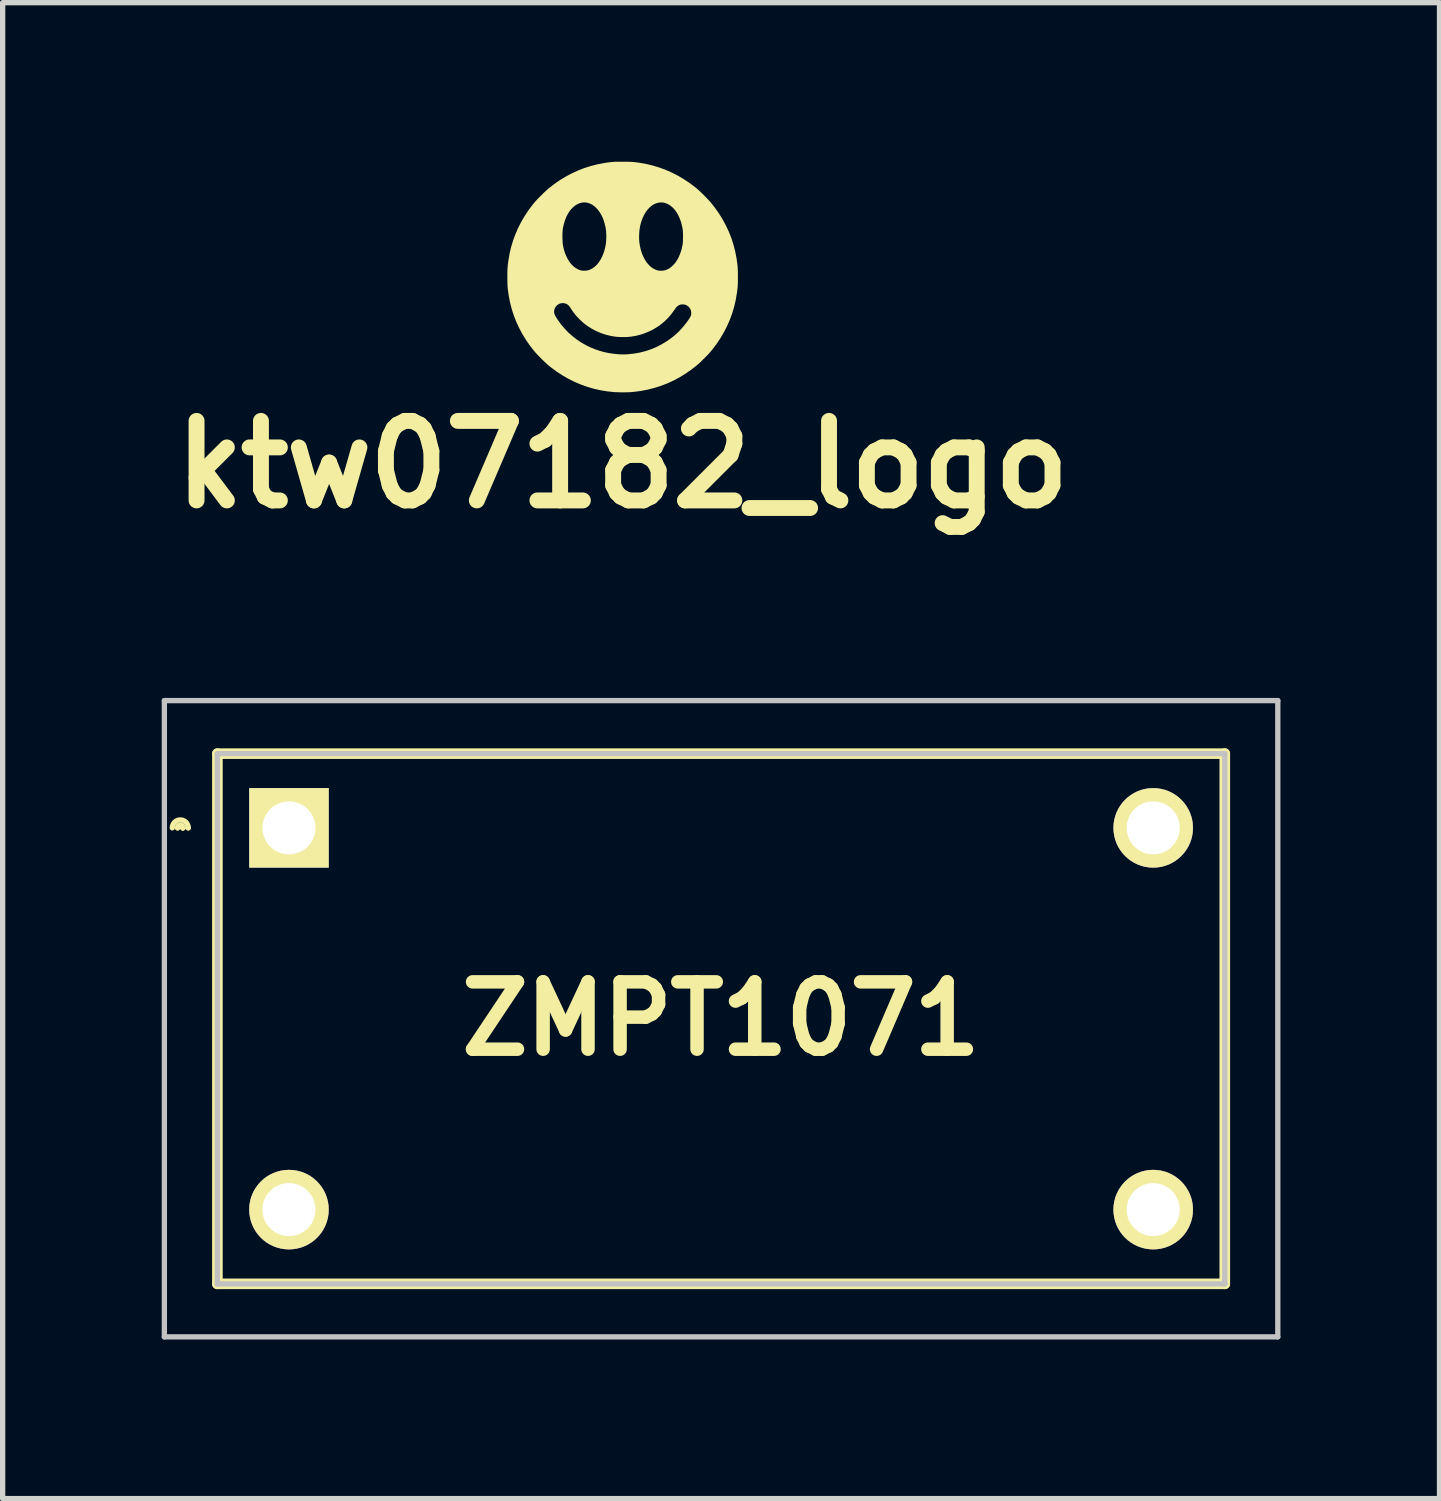
<source format=kicad_pcb>
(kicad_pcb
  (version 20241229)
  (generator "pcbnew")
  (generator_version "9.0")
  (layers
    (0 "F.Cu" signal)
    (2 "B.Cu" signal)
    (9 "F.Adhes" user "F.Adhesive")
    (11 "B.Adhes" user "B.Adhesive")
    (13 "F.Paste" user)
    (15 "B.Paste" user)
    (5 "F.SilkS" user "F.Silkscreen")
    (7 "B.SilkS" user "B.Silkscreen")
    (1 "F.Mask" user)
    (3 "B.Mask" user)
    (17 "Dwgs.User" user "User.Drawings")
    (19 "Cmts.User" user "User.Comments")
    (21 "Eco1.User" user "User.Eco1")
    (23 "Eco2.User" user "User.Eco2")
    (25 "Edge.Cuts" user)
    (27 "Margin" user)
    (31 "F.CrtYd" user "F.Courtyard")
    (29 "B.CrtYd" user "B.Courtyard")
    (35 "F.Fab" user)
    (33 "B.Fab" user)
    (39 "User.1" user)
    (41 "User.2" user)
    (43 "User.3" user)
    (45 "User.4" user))
  (footprint "ZMPT1071"
    (layer "F.Cu")
    (at 2.4 12.564)
    (property "Reference" "ZMPT1071" (at 8.15 3.6 0) (layer "F.SilkS") (effects (font (size 1.27 1.27) (thickness 0.254))))
    (attr through_hole exclude_from_pos_files)
    (fp_line (start -2 0) (end -2 0) (stroke (width 0.1) (type solid)) (layer "F.SilkS"))
    (fp_line (start -2 0) (end -2 0) (stroke (width 0.1) (type solid)) (layer "F.SilkS"))
    (fp_line (start -1.9 0) (end -1.9 0) (stroke (width 0.1) (type solid)) (layer "F.SilkS"))
    (fp_line (start -1.35 -1.4) (end 17.65 -1.4) (stroke (width 0.2) (type solid)) (layer "F.SilkS"))
    (fp_line (start -1.35 8.6) (end -1.35 -1.4) (stroke (width 0.2) (type solid)) (layer "F.SilkS"))
    (fp_line (start 17.65 -1.4) (end 17.65 8.6) (stroke (width 0.2) (type solid)) (layer "F.SilkS"))
    (fp_line (start 17.65 8.6) (end -1.35 8.6) (stroke (width 0.2) (type solid)) (layer "F.SilkS"))
    (fp_arc (start -2.2 0) (mid -2.05 -0.15) (end -1.9 0) (stroke (width 0.1) (type solid)) (layer "F.SilkS"))
    (fp_arc (start -2.1 0) (mid -2.05 -0.05) (end -2 0) (stroke (width 0.1) (type solid)) (layer "F.SilkS"))
    (fp_arc (start -2.1 0) (mid -2.05 -0.05) (end -2 0) (stroke (width 0.1) (type solid)) (layer "F.SilkS"))
    (fp_line (start -2.35 -2.4) (end -2.35 9.6) (stroke (width 0.1) (type solid)) (layer "Dwgs.User"))
    (fp_line (start -2.35 9.6) (end 18.65 9.6) (stroke (width 0.1) (type solid)) (layer "Dwgs.User"))
    (fp_line (start -1.35 -1.4) (end 17.65 -1.4) (stroke (width 0.1) (type solid)) (layer "Dwgs.User"))
    (fp_line (start -1.35 8.6) (end -1.35 -1.4) (stroke (width 0.1) (type solid)) (layer "Dwgs.User"))
    (fp_line (start 17.65 -1.4) (end 17.65 8.6) (stroke (width 0.1) (type solid)) (layer "Dwgs.User"))
    (fp_line (start 17.65 8.6) (end -1.35 8.6) (stroke (width 0.1) (type solid)) (layer "Dwgs.User"))
    (fp_line (start 18.65 -2.4) (end -2.35 -2.4) (stroke (width 0.1) (type solid)) (layer "Dwgs.User"))
    (fp_line (start 18.65 9.6) (end 18.65 -2.4) (stroke (width 0.1) (type solid)) (layer "Dwgs.User"))
    (pad "1" thru_hole rect (at 0 0 90) (size 1.5 1.5) (drill 1) (layers "*.Cu" "*.Mask" "F.SilkS"))
    (pad "2" thru_hole circle (at 0 7.2 90) (size 1.5 1.5) (drill 1) (layers "*.Cu" "*.Mask" "F.SilkS"))
    (pad "3" thru_hole circle (at 16.3 0 90) (size 1.5 1.5) (drill 1) (layers "*.Cu" "*.Mask" "F.SilkS"))
    (pad "4" thru_hole circle (at 16.3 7.2 90) (size 1.5 1.5) (drill 1) (layers "*.Cu" "*.Mask" "F.SilkS")))
  (footprint "ktw07182_logo"
    (layer "F.Cu")
    (at 8.693 2.21)
    (property "Reference" "ktw07182_logo" (at 0 3.5 0) (layer "F.SilkS") (effects (font (size 1.5 1.5) (thickness 0.3))))
    (attr board_only exclude_from_pos_files exclude_from_bom)
    (fp_poly (pts (xy 0.045 -2.21) (xy 0.083 -2.21) (xy 0.116 -2.209) (xy 0.145 -2.208) (xy 0.173 -2.207) (xy 0.199 -2.205) (xy 0.226 -2.202) (xy 0.254 -2.199) (xy 0.287 -2.194) (xy 0.313 -2.191) (xy 0.439 -2.169) (xy 0.564 -2.139) (xy 0.687 -2.102) (xy 0.808 -2.058) (xy 0.926 -2.006) (xy 1.041 -1.948) (xy 1.152 -1.882) (xy 1.261 -1.81) (xy 1.366 -1.731) (xy 1.399 -1.704) (xy 1.419 -1.686) (xy 1.444 -1.664) (xy 1.472 -1.637) (xy 1.502 -1.609) (xy 1.532 -1.579) (xy 1.563 -1.548) (xy 1.592 -1.518) (xy 1.618 -1.49) (xy 1.642 -1.465) (xy 1.66 -1.444) (xy 1.663 -1.441) (xy 1.745 -1.336) (xy 1.821 -1.228) (xy 1.889 -1.117) (xy 1.951 -1.002) (xy 2.005 -0.886) (xy 2.052 -0.766) (xy 2.091 -0.644) (xy 2.123 -0.519) (xy 2.148 -0.392) (xy 2.154 -0.349) (xy 2.159 -0.313) (xy 2.163 -0.282) (xy 2.167 -0.254) (xy 2.169 -0.228) (xy 2.171 -0.201) (xy 2.172 -0.174) (xy 2.173 -0.143) (xy 2.174 -0.109) (xy 2.174 -0.069) (xy 2.174 -0.036) (xy 2.174 0.008) (xy 2.174 0.046) (xy 2.173 0.08) (xy 2.172 0.109) (xy 2.17 0.136) (xy 2.168 0.163) (xy 2.166 0.189) (xy 2.162 0.218) (xy 2.158 0.25) (xy 2.154 0.276) (xy 2.132 0.404) (xy 2.103 0.529) (xy 2.066 0.652) (xy 2.021 0.773) (xy 1.97 0.89) (xy 1.911 1.005) (xy 1.845 1.118) (xy 1.772 1.227) (xy 1.692 1.332) (xy 1.666 1.364) (xy 1.646 1.387) (xy 1.622 1.414) (xy 1.594 1.443) (xy 1.564 1.474) (xy 1.532 1.506) (xy 1.5 1.537) (xy 1.47 1.567) (xy 1.441 1.594) (xy 1.415 1.617) (xy 1.4 1.63) (xy 1.295 1.712) (xy 1.187 1.787) (xy 1.075 1.856) (xy 0.961 1.917) (xy 0.843 1.971) (xy 0.723 2.017) (xy 0.6 2.056) (xy 0.475 2.088) (xy 0.348 2.113) (xy 0.218 2.13) (xy 0.15 2.136) (xy 0.127 2.137) (xy 0.098 2.138) (xy 0.063 2.139) (xy 0.026 2.139) (xy -0.012 2.139) (xy -0.05 2.139) (xy -0.086 2.138) (xy -0.118 2.137) (xy -0.146 2.136) (xy -0.158 2.135) (xy -0.287 2.122) (xy -0.414 2.101) (xy -0.54 2.073) (xy -0.663 2.037) (xy -0.784 1.994) (xy -0.903 1.944) (xy -1.018 1.887) (xy -1.131 1.822) (xy -1.241 1.751) (xy -1.348 1.672) (xy -1.4 1.63) (xy -1.423 1.61) (xy -1.45 1.586) (xy -1.479 1.558) (xy -1.51 1.528) (xy -1.542 1.496) (xy -1.573 1.464) (xy -1.603 1.434) (xy -1.63 1.405) (xy -1.653 1.379) (xy -1.666 1.364) (xy -1.748 1.259) (xy -1.823 1.151) (xy -1.891 1.04) (xy -1.952 0.926) (xy -2.006 0.809) (xy -2.053 0.689) (xy -2.077 0.613) (xy -1.292 0.613) (xy -1.292 0.631) (xy -1.289 0.649) (xy -1.283 0.669) (xy -1.273 0.69) (xy -1.26 0.715) (xy -1.242 0.744) (xy -1.225 0.77) (xy -1.164 0.855) (xy -1.097 0.935) (xy -1.025 1.01) (xy -0.947 1.079) (xy -0.864 1.144) (xy -0.776 1.202) (xy -0.684 1.254) (xy -0.613 1.289) (xy -0.527 1.325) (xy -0.442 1.354) (xy -0.355 1.379) (xy -0.266 1.398) (xy -0.173 1.412) (xy -0.074 1.422) (xy -0.066 1.422) (xy -0.038 1.423) (xy -0.005 1.424) (xy 0.031 1.424) (xy 0.068 1.423) (xy 0.101 1.421) (xy 0.102 1.421) (xy 0.212 1.409) (xy 0.319 1.391) (xy 0.424 1.364) (xy 0.526 1.331) (xy 0.626 1.29) (xy 0.722 1.242) (xy 0.815 1.187) (xy 0.905 1.125) (xy 0.957 1.085) (xy 1.005 1.044) (xy 1.054 0.998) (xy 1.102 0.948) (xy 1.148 0.895) (xy 1.191 0.842) (xy 1.23 0.79) (xy 1.259 0.746) (xy 1.273 0.722) (xy 1.283 0.701) (xy 1.29 0.683) (xy 1.293 0.664) (xy 1.294 0.643) (xy 1.294 0.642) (xy 1.29 0.606) (xy 1.28 0.574) (xy 1.262 0.545) (xy 1.239 0.52) (xy 1.21 0.5) (xy 1.186 0.489) (xy 1.169 0.484) (xy 1.149 0.482) (xy 1.131 0.481) (xy 1.113 0.482) (xy 1.1 0.483) (xy 1.089 0.486) (xy 1.076 0.491) (xy 1.066 0.495) (xy 1.05 0.504) (xy 1.036 0.513) (xy 1.023 0.525) (xy 1.01 0.539) (xy 0.996 0.557) (xy 0.979 0.581) (xy 0.977 0.585) (xy 0.92 0.662) (xy 0.859 0.734) (xy 0.792 0.8) (xy 0.721 0.859) (xy 0.645 0.912) (xy 0.564 0.96) (xy 0.478 1.001) (xy 0.387 1.036) (xy 0.336 1.052) (xy 0.251 1.074) (xy 0.162 1.089) (xy 0.072 1.097) (xy -0.019 1.098) (xy -0.111 1.093) (xy -0.2 1.08) (xy -0.227 1.075) (xy -0.319 1.052) (xy -0.409 1.022) (xy -0.496 0.985) (xy -0.58 0.941) (xy -0.661 0.89) (xy -0.715 0.85) (xy -0.736 0.833) (xy -0.762 0.81) (xy -0.788 0.785) (xy -0.816 0.759) (xy -0.841 0.733) (xy -0.864 0.709) (xy -0.879 0.692) (xy -0.898 0.669) (xy -0.919 0.641) (xy -0.942 0.61) (xy -0.964 0.578) (xy -0.984 0.546) (xy -0.988 0.54) (xy -1.009 0.511) (xy -1.032 0.489) (xy -1.057 0.473) (xy -1.083 0.463) (xy -1.117 0.457) (xy -1.15 0.457) (xy -1.182 0.465) (xy -1.211 0.479) (xy -1.238 0.498) (xy -1.26 0.522) (xy -1.277 0.551) (xy -1.288 0.583) (xy -1.29 0.594) (xy -1.292 0.613) (xy -2.077 0.613) (xy -2.092 0.567) (xy -2.124 0.443) (xy -2.148 0.316) (xy -2.154 0.276) (xy -2.159 0.241) (xy -2.163 0.21) (xy -2.167 0.182) (xy -2.169 0.155) (xy -2.171 0.129) (xy -2.172 0.101) (xy -2.173 0.071) (xy -2.174 0.036) (xy -2.174 -0.003) (xy -2.174 -0.036) (xy -2.174 -0.081) (xy -2.174 -0.119) (xy -2.173 -0.152) (xy -2.172 -0.182) (xy -2.17 -0.209) (xy -2.168 -0.235) (xy -2.166 -0.262) (xy -2.162 -0.291) (xy -2.158 -0.323) (xy -2.154 -0.349) (xy -2.132 -0.477) (xy -2.103 -0.602) (xy -2.066 -0.725) (xy -2.038 -0.8) (xy -1.135 -0.8) (xy -1.135 -0.796) (xy -1.134 -0.754) (xy -1.133 -0.718) (xy -1.131 -0.686) (xy -1.129 -0.657) (xy -1.124 -0.629) (xy -1.119 -0.6) (xy -1.111 -0.57) (xy -1.108 -0.554) (xy -1.089 -0.494) (xy -1.066 -0.436) (xy -1.038 -0.38) (xy -1.008 -0.329) (xy -0.974 -0.284) (xy -0.962 -0.271) (xy -0.93 -0.239) (xy -0.894 -0.211) (xy -0.857 -0.188) (xy -0.819 -0.17) (xy -0.792 -0.161) (xy -0.761 -0.156) (xy -0.727 -0.154) (xy -0.692 -0.155) (xy -0.66 -0.16) (xy -0.655 -0.161) (xy -0.611 -0.176) (xy -0.568 -0.199) (xy -0.527 -0.229) (xy -0.489 -0.264) (xy -0.454 -0.306) (xy -0.422 -0.354) (xy -0.393 -0.406) (xy -0.368 -0.464) (xy -0.346 -0.526) (xy -0.329 -0.591) (xy -0.316 -0.661) (xy -0.314 -0.675) (xy -0.312 -0.703) (xy -0.31 -0.737) (xy -0.309 -0.764) (xy 0.311 -0.764) (xy 0.313 -0.719) (xy 0.316 -0.685) (xy 0.328 -0.613) (xy 0.344 -0.545) (xy 0.364 -0.482) (xy 0.389 -0.422) (xy 0.417 -0.368) (xy 0.448 -0.318) (xy 0.483 -0.275) (xy 0.521 -0.237) (xy 0.562 -0.205) (xy 0.605 -0.181) (xy 0.65 -0.163) (xy 0.658 -0.161) (xy 0.682 -0.156) (xy 0.711 -0.154) (xy 0.741 -0.154) (xy 0.771 -0.157) (xy 0.797 -0.162) (xy 0.809 -0.165) (xy 0.848 -0.181) (xy 0.882 -0.2) (xy 0.915 -0.224) (xy 0.948 -0.254) (xy 0.953 -0.259) (xy 0.992 -0.303) (xy 1.027 -0.354) (xy 1.058 -0.411) (xy 1.084 -0.473) (xy 1.107 -0.54) (xy 1.124 -0.612) (xy 1.132 -0.655) (xy 1.135 -0.679) (xy 1.137 -0.71) (xy 1.138 -0.745) (xy 1.139 -0.782) (xy 1.139 -0.82) (xy 1.138 -0.857) (xy 1.137 -0.891) (xy 1.134 -0.92) (xy 1.132 -0.941) (xy 1.117 -1.014) (xy 1.098 -1.083) (xy 1.074 -1.147) (xy 1.047 -1.205) (xy 1.016 -1.259) (xy 0.981 -1.306) (xy 0.943 -1.347) (xy 0.901 -1.381) (xy 0.89 -1.389) (xy 0.847 -1.414) (xy 0.803 -1.431) (xy 0.759 -1.441) (xy 0.715 -1.442) (xy 0.67 -1.436) (xy 0.624 -1.423) (xy 0.624 -1.422) (xy 0.581 -1.402) (xy 0.54 -1.374) (xy 0.501 -1.339) (xy 0.464 -1.298) (xy 0.431 -1.251) (xy 0.401 -1.199) (xy 0.375 -1.142) (xy 0.352 -1.08) (xy 0.334 -1.014) (xy 0.331 -0.999) (xy 0.323 -0.958) (xy 0.317 -0.912) (xy 0.313 -0.863) (xy 0.311 -0.813) (xy 0.311 -0.764) (xy -0.309 -0.764) (xy -0.308 -0.774) (xy -0.308 -0.812) (xy -0.309 -0.849) (xy -0.311 -0.883) (xy -0.312 -0.904) (xy -0.322 -0.971) (xy -0.337 -1.036) (xy -0.355 -1.098) (xy -0.377 -1.155) (xy -0.403 -1.209) (xy -0.433 -1.258) (xy -0.465 -1.302) (xy -0.5 -1.341) (xy -0.538 -1.374) (xy -0.577 -1.401) (xy -0.619 -1.422) (xy -0.662 -1.436) (xy -0.706 -1.442) (xy -0.721 -1.443) (xy -0.766 -1.439) (xy -0.81 -1.428) (xy -0.853 -1.409) (xy -0.894 -1.384) (xy -0.933 -1.353) (xy -0.969 -1.316) (xy -1.003 -1.273) (xy -1.034 -1.225) (xy -1.061 -1.171) (xy -1.084 -1.113) (xy -1.104 -1.051) (xy -1.107 -1.039) (xy -1.115 -1.007) (xy -1.122 -0.978) (xy -1.126 -0.953) (xy -1.13 -0.927) (xy -1.132 -0.901) (xy -1.134 -0.872) (xy -1.135 -0.839) (xy -1.135 -0.8) (xy -2.038 -0.8) (xy -2.021 -0.845) (xy -1.97 -0.963) (xy -1.911 -1.078) (xy -1.845 -1.19) (xy -1.772 -1.3) (xy -1.692 -1.406) (xy -1.663 -1.441) (xy -1.645 -1.461) (xy -1.623 -1.486) (xy -1.597 -1.513) (xy -1.568 -1.543) (xy -1.538 -1.573) (xy -1.507 -1.604) (xy -1.477 -1.633) (xy -1.449 -1.659) (xy -1.423 -1.683) (xy -1.402 -1.702) (xy -1.399 -1.704) (xy -1.295 -1.785) (xy -1.188 -1.86) (xy -1.077 -1.927) (xy -0.963 -1.988) (xy -0.846 -2.042) (xy -0.726 -2.089) (xy -0.604 -2.128) (xy -0.48 -2.16) (xy -0.354 -2.184) (xy -0.313 -2.191) (xy -0.277 -2.196) (xy -0.246 -2.2) (xy -0.218 -2.203) (xy -0.192 -2.205) (xy -0.165 -2.207) (xy -0.137 -2.209) (xy -0.107 -2.209) (xy -0.073 -2.21) (xy -0.033 -2.21) (xy 0 -2.21)) (stroke (width 0) (type solid)) (fill yes) (layer "F.SilkS")))
  (gr_rect
    (start -3 -3)
    (end 24.1 25.214)
    (stroke (width 0.1) (type default))
    (fill no)
    (layer "Edge.Cuts")))
</source>
